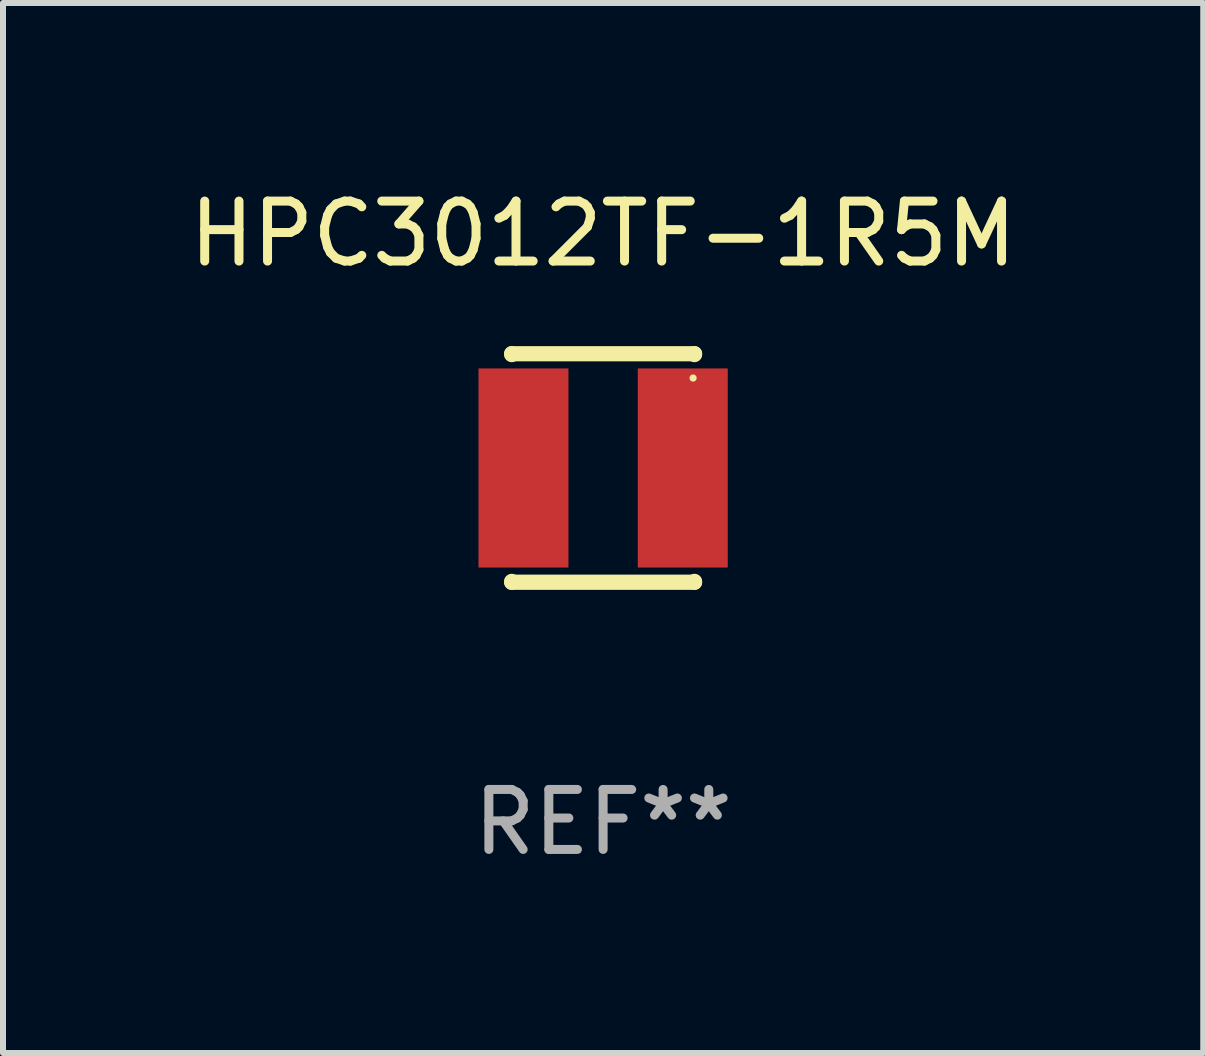
<source format=kicad_pcb>
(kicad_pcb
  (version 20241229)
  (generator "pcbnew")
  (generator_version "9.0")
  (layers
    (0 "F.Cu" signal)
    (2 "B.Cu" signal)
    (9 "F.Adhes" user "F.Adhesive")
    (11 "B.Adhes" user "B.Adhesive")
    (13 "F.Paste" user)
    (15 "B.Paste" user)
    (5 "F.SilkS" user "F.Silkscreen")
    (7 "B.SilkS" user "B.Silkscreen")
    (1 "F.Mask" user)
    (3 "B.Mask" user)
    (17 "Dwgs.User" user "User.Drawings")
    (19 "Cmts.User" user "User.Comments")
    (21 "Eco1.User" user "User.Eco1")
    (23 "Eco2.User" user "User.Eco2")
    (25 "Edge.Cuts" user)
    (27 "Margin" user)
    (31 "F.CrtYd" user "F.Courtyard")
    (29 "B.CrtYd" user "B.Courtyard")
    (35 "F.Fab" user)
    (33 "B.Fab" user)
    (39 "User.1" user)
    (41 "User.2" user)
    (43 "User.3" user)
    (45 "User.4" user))
  (footprint "HPC3012TF-1R5M"
    (layer "F.Cu")
    (at 7.006 4.753)
    (property "Reference" "HPC3012TF-1R5M" (at 0 -3.905 0) (layer "F.SilkS") (effects (font (size 1 1) (thickness 0.15))))
    (attr through_hole)
    (fp_line (start -1.524 -1.905) (end 1.524 -1.905) (stroke (width 0.254) (type solid)) (layer "F.SilkS"))
    (fp_line (start -1.524 -1.891) (end -1.524 -1.905) (stroke (width 0.254) (type solid)) (layer "F.SilkS"))
    (fp_line (start -1.524 1.905) (end -1.524 1.891) (stroke (width 0.254) (type solid)) (layer "F.SilkS"))
    (fp_line (start -1.524 1.905) (end 1.524 1.905) (stroke (width 0.254) (type solid)) (layer "F.SilkS"))
    (fp_line (start 1.524 -1.905) (end 1.524 -1.891) (stroke (width 0.254) (type solid)) (layer "F.SilkS"))
    (fp_line (start 1.524 1.891) (end 1.524 1.905) (stroke (width 0.254) (type solid)) (layer "F.SilkS"))
    (fp_circle (center 1.5 -1.5) (end 1.53 -1.5) (stroke (width 0.06) (type solid)) (fill no) (layer "F.SilkS"))
    (fp_text user "REF**" (at 0 5.905 0) (layer "F.Fab") (effects (font (size 1 1) (thickness 0.15))))
    (pad "1" smd rect (at 1.328 0) (size 1.5 3.32) (layers "F.Cu" "F.Mask" "F.Paste"))
    (pad "2" smd rect (at -1.328 0) (size 1.5 3.32) (layers "F.Cu" "F.Mask" "F.Paste")))
  (gr_rect
    (start -3 -3)
    (end 17.012 14.507)
    (stroke (width 0.1) (type default))
    (fill no)
    (layer "Edge.Cuts")))
</source>
